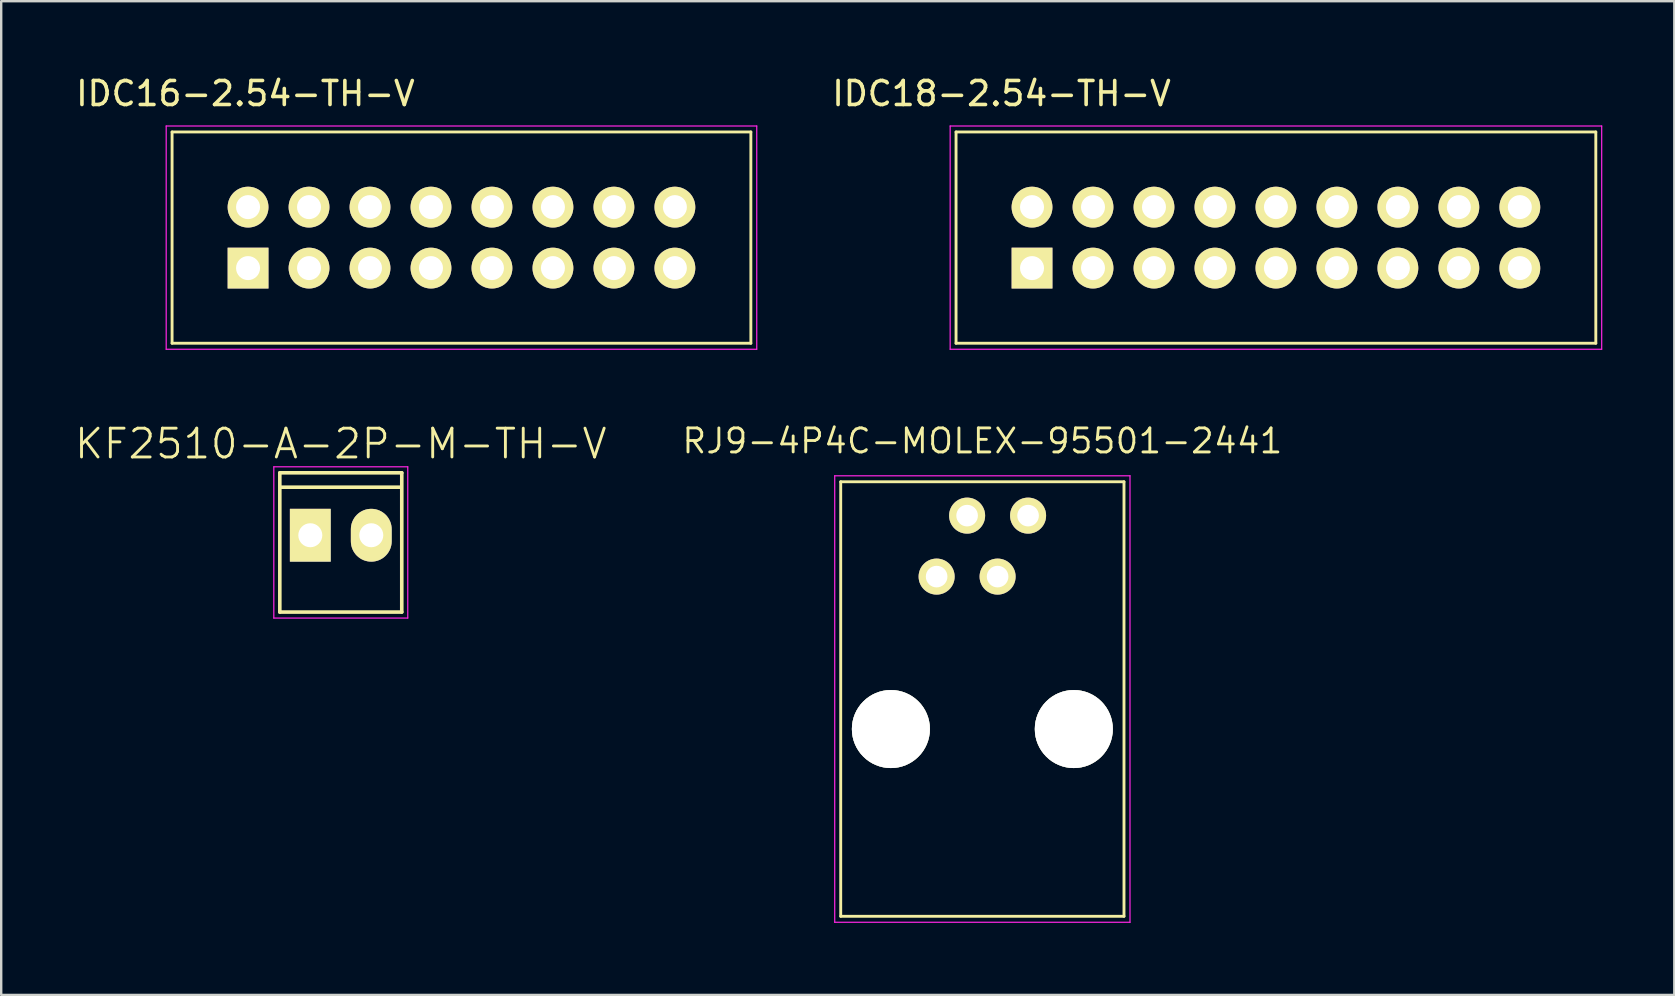
<source format=kicad_pcb>
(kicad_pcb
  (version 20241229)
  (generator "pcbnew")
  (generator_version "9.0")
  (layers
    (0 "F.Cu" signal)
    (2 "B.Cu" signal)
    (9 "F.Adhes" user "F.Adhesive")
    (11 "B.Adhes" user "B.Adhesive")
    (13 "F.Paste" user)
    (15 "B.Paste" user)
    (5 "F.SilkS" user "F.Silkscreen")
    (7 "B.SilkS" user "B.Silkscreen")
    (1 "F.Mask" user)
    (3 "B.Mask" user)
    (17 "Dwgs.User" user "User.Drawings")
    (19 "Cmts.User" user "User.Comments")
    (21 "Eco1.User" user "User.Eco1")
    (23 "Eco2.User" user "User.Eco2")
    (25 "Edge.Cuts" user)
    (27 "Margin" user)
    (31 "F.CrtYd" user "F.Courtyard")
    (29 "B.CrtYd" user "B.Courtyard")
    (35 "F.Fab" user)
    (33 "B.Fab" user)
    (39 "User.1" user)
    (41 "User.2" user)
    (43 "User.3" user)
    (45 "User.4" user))
  (footprint "RJ9-4P4C-MOLEX-95501-2441"
    (layer "F.Cu")
    (at 37.871 27.319)
    (property "Reference" "RJ9-4P4C-MOLEX-95501-2441" (at 0 -12 0) (layer "F.SilkS") (effects (font (size 1 1) (thickness 0.12))))
    (attr through_hole)
    (fp_line (start -5.9 -10.3) (end 5.9 -10.3) (stroke (width 0.12) (type solid)) (layer "F.SilkS"))
    (fp_line (start -5.9 7.8) (end -5.9 -10.3) (stroke (width 0.12) (type solid)) (layer "F.SilkS"))
    (fp_line (start 5.9 -10.3) (end 5.9 7.8) (stroke (width 0.12) (type solid)) (layer "F.SilkS"))
    (fp_line (start 5.9 7.8) (end -5.9 7.8) (stroke (width 0.12) (type solid)) (layer "F.SilkS"))
    (fp_line (start -6.15 -10.55) (end 6.15 -10.55) (stroke (width 0.05) (type solid)) (layer "F.CrtYd"))
    (fp_line (start -6.15 8.05) (end -6.15 -10.55) (stroke (width 0.05) (type solid)) (layer "F.CrtYd"))
    (fp_line (start 6.15 -10.55) (end 6.15 8.05) (stroke (width 0.05) (type solid)) (layer "F.CrtYd"))
    (fp_line (start 6.15 8.05) (end -6.15 8.05) (stroke (width 0.05) (type solid)) (layer "F.CrtYd"))
    (pad "" np_thru_hole circle (at -3.81 0) (size 3.25 3.25) (drill 3.25) (layers "*.Cu" "*.Mask" "F.SilkS" "Dwgs.User"))
    (pad "" np_thru_hole circle (at 3.81 0) (size 3.25 3.25) (drill 3.25) (layers "*.Cu" "*.Mask" "F.SilkS" "Dwgs.User"))
    (pad "1" thru_hole circle (at -1.905 -6.35) (size 1.5 1.5) (drill 0.9) (layers "*.Cu" "*.Mask" "F.SilkS"))
    (pad "2" thru_hole circle (at -0.635 -8.89) (size 1.5 1.5) (drill 0.9) (layers "*.Cu" "*.Mask" "F.SilkS"))
    (pad "3" thru_hole circle (at 0.635 -6.35) (size 1.5 1.5) (drill 0.9) (layers "*.Cu" "*.Mask" "F.SilkS"))
    (pad "4" thru_hole circle (at 1.905 -8.89) (size 1.5 1.5) (drill 0.9) (layers "*.Cu" "*.Mask" "F.SilkS")))
  (footprint "KF2510-A-2P-M-TH-V"
    (layer "F.Cu")
    (at 11.146 19.246)
    (property "Reference" "KF2510-A-2P-M-TH-V" (at 0 -3.81 0) (layer "F.SilkS") (effects (font (size 1.2 1.2) (thickness 0.12))))
    (attr through_hole)
    (fp_line (start -2.54 -2.6) (end 2.54 -2.6) (stroke (width 0.15) (type solid)) (layer "F.SilkS"))
    (fp_line (start -2.54 3.2) (end -2.54 -2.6) (stroke (width 0.15) (type solid)) (layer "F.SilkS"))
    (fp_line (start -2.5 -2) (end 2.5 -2) (stroke (width 0.15) (type solid)) (layer "F.SilkS"))
    (fp_line (start 2.54 -2.6) (end 2.54 3.2) (stroke (width 0.15) (type solid)) (layer "F.SilkS"))
    (fp_line (start 2.54 3.2) (end -2.54 3.2) (stroke (width 0.15) (type solid)) (layer "F.SilkS"))
    (fp_line (start -2.79 -2.85) (end 2.79 -2.85) (stroke (width 0.05) (type solid)) (layer "F.CrtYd"))
    (fp_line (start -2.79 3.45) (end -2.79 -2.85) (stroke (width 0.05) (type solid)) (layer "F.CrtYd"))
    (fp_line (start 2.79 -2.85) (end 2.79 3.45) (stroke (width 0.05) (type solid)) (layer "F.CrtYd"))
    (fp_line (start 2.79 3.45) (end -2.79 3.45) (stroke (width 0.05) (type solid)) (layer "F.CrtYd"))
    (pad "1" thru_hole rect (at -1.27 0) (size 1.7 2.2) (drill 1) (layers "*.Cu" "*.Mask" "F.SilkS"))
    (pad "2" thru_hole oval (at 1.27 0) (size 1.7 2.2) (drill 1) (layers "*.Cu" "*.Mask" "F.SilkS")))
  (footprint "IDC18-2.54-TH-V"
    (layer "F.Cu")
    (at 50.1 6.848)
    (property "Reference" "IDC18-2.54-TH-V" (at -11.43 -6 0) (layer "F.SilkS") (effects (font (size 1 1) (thickness 0.15))))
    (attr through_hole)
    (fp_line (start -13.325 -4.4) (end -13.325 4.4) (stroke (width 0.12) (type solid)) (layer "F.SilkS"))
    (fp_line (start -13.325 4.4) (end 13.325 4.4) (stroke (width 0.12) (type solid)) (layer "F.SilkS"))
    (fp_line (start 13.325 -4.4) (end -13.325 -4.4) (stroke (width 0.12) (type solid)) (layer "F.SilkS"))
    (fp_line (start 13.325 4.4) (end 13.325 -4.4) (stroke (width 0.12) (type solid)) (layer "F.SilkS"))
    (fp_line (start -13.57 -4.65) (end 13.57 -4.65) (stroke (width 0.05) (type solid)) (layer "F.CrtYd"))
    (fp_line (start -13.57 4.65) (end -13.57 -4.65) (stroke (width 0.05) (type solid)) (layer "F.CrtYd"))
    (fp_line (start 13.57 -4.65) (end 13.57 4.65) (stroke (width 0.05) (type solid)) (layer "F.CrtYd"))
    (fp_line (start 13.57 4.65) (end -13.57 4.65) (stroke (width 0.05) (type solid)) (layer "F.CrtYd"))
    (pad "1" thru_hole rect (at -10.16 1.27) (size 1.7 1.7) (drill 1) (layers "*.Cu" "*.Mask" "F.SilkS"))
    (pad "2" thru_hole circle (at -10.16 -1.27) (size 1.7 1.7) (drill 1) (layers "*.Cu" "*.Mask" "F.SilkS"))
    (pad "3" thru_hole circle (at -7.62 1.27) (size 1.7 1.7) (drill 1) (layers "*.Cu" "*.Mask" "F.SilkS"))
    (pad "4" thru_hole circle (at -7.62 -1.27) (size 1.7 1.7) (drill 1) (layers "*.Cu" "*.Mask" "F.SilkS"))
    (pad "5" thru_hole circle (at -5.08 1.27) (size 1.7 1.7) (drill 1) (layers "*.Cu" "*.Mask" "F.SilkS"))
    (pad "6" thru_hole circle (at -5.08 -1.27) (size 1.7 1.7) (drill 1) (layers "*.Cu" "*.Mask" "F.SilkS"))
    (pad "7" thru_hole circle (at -2.54 1.27) (size 1.7 1.7) (drill 1) (layers "*.Cu" "*.Mask" "F.SilkS"))
    (pad "8" thru_hole circle (at -2.54 -1.27) (size 1.7 1.7) (drill 1) (layers "*.Cu" "*.Mask" "F.SilkS"))
    (pad "9" thru_hole circle (at 0 1.27) (size 1.7 1.7) (drill 1) (layers "*.Cu" "*.Mask" "F.SilkS"))
    (pad "10" thru_hole circle (at 0 -1.27) (size 1.7 1.7) (drill 1) (layers "*.Cu" "*.Mask" "F.SilkS"))
    (pad "11" thru_hole circle (at 2.54 1.27) (size 1.7 1.7) (drill 1) (layers "*.Cu" "*.Mask" "F.SilkS"))
    (pad "12" thru_hole circle (at 2.54 -1.27) (size 1.7 1.7) (drill 1) (layers "*.Cu" "*.Mask" "F.SilkS"))
    (pad "13" thru_hole circle (at 5.08 1.27) (size 1.7 1.7) (drill 1) (layers "*.Cu" "*.Mask" "F.SilkS"))
    (pad "14" thru_hole circle (at 5.08 -1.27) (size 1.7 1.7) (drill 1) (layers "*.Cu" "*.Mask" "F.SilkS"))
    (pad "15" thru_hole circle (at 7.62 1.27) (size 1.7 1.7) (drill 1) (layers "*.Cu" "*.Mask" "F.SilkS"))
    (pad "16" thru_hole circle (at 7.62 -1.27) (size 1.7 1.7) (drill 1) (layers "*.Cu" "*.Mask" "F.SilkS"))
    (pad "17" thru_hole circle (at 10.16 1.27) (size 1.7 1.7) (drill 1) (layers "*.Cu" "*.Mask" "F.SilkS"))
    (pad "18" thru_hole circle (at 10.16 -1.27) (size 1.7 1.7) (drill 1) (layers "*.Cu" "*.Mask" "F.SilkS")))
  (footprint "IDC16-2.54-TH-V"
    (layer "F.Cu")
    (at 16.173 6.848)
    (property "Reference" "IDC16-2.54-TH-V" (at -9 -6 0) (layer "F.SilkS") (effects (font (size 1 1) (thickness 0.15))))
    (attr through_hole)
    (fp_line (start -12.055 -4.4) (end -12.055 4.4) (stroke (width 0.12) (type solid)) (layer "F.SilkS"))
    (fp_line (start -12.055 4.4) (end 12.055 4.4) (stroke (width 0.12) (type solid)) (layer "F.SilkS"))
    (fp_line (start 12.055 -4.4) (end -12.055 -4.4) (stroke (width 0.12) (type solid)) (layer "F.SilkS"))
    (fp_line (start 12.055 4.4) (end 12.055 -4.4) (stroke (width 0.12) (type solid)) (layer "F.SilkS"))
    (fp_line (start -12.3 -4.65) (end 12.3 -4.65) (stroke (width 0.05) (type solid)) (layer "F.CrtYd"))
    (fp_line (start -12.3 4.65) (end -12.3 -4.65) (stroke (width 0.05) (type solid)) (layer "F.CrtYd"))
    (fp_line (start 12.3 -4.65) (end 12.3 4.65) (stroke (width 0.05) (type solid)) (layer "F.CrtYd"))
    (fp_line (start 12.3 4.65) (end -12.3 4.65) (stroke (width 0.05) (type solid)) (layer "F.CrtYd"))
    (pad "1" thru_hole rect (at -8.89 1.27) (size 1.7 1.7) (drill 1) (layers "*.Cu" "*.Mask" "F.SilkS"))
    (pad "2" thru_hole circle (at -8.89 -1.27) (size 1.7 1.7) (drill 1) (layers "*.Cu" "*.Mask" "F.SilkS"))
    (pad "3" thru_hole circle (at -6.35 1.27) (size 1.7 1.7) (drill 1) (layers "*.Cu" "*.Mask" "F.SilkS"))
    (pad "4" thru_hole circle (at -6.35 -1.27) (size 1.7 1.7) (drill 1) (layers "*.Cu" "*.Mask" "F.SilkS"))
    (pad "5" thru_hole circle (at -3.81 1.27) (size 1.7 1.7) (drill 1) (layers "*.Cu" "*.Mask" "F.SilkS"))
    (pad "6" thru_hole circle (at -3.81 -1.27) (size 1.7 1.7) (drill 1) (layers "*.Cu" "*.Mask" "F.SilkS"))
    (pad "7" thru_hole circle (at -1.27 1.27) (size 1.7 1.7) (drill 1) (layers "*.Cu" "*.Mask" "F.SilkS"))
    (pad "8" thru_hole circle (at -1.27 -1.27) (size 1.7 1.7) (drill 1) (layers "*.Cu" "*.Mask" "F.SilkS"))
    (pad "9" thru_hole circle (at 1.27 1.27) (size 1.7 1.7) (drill 1) (layers "*.Cu" "*.Mask" "F.SilkS"))
    (pad "10" thru_hole circle (at 1.27 -1.27) (size 1.7 1.7) (drill 1) (layers "*.Cu" "*.Mask" "F.SilkS"))
    (pad "11" thru_hole circle (at 3.81 1.27) (size 1.7 1.7) (drill 1) (layers "*.Cu" "*.Mask" "F.SilkS"))
    (pad "12" thru_hole circle (at 3.81 -1.27) (size 1.7 1.7) (drill 1) (layers "*.Cu" "*.Mask" "F.SilkS"))
    (pad "13" thru_hole circle (at 6.35 1.27) (size 1.7 1.7) (drill 1) (layers "*.Cu" "*.Mask" "F.SilkS"))
    (pad "14" thru_hole circle (at 6.35 -1.27) (size 1.7 1.7) (drill 1) (layers "*.Cu" "*.Mask" "F.SilkS"))
    (pad "15" thru_hole circle (at 8.89 1.27) (size 1.7 1.7) (drill 1) (layers "*.Cu" "*.Mask" "F.SilkS"))
    (pad "16" thru_hole circle (at 8.89 -1.27) (size 1.7 1.7) (drill 1) (layers "*.Cu" "*.Mask" "F.SilkS")))
  (gr_rect
    (start -3 -3)
    (end 66.695 38.394)
    (stroke (width 0.1) (type default))
    (fill no)
    (layer "Edge.Cuts")))
</source>
